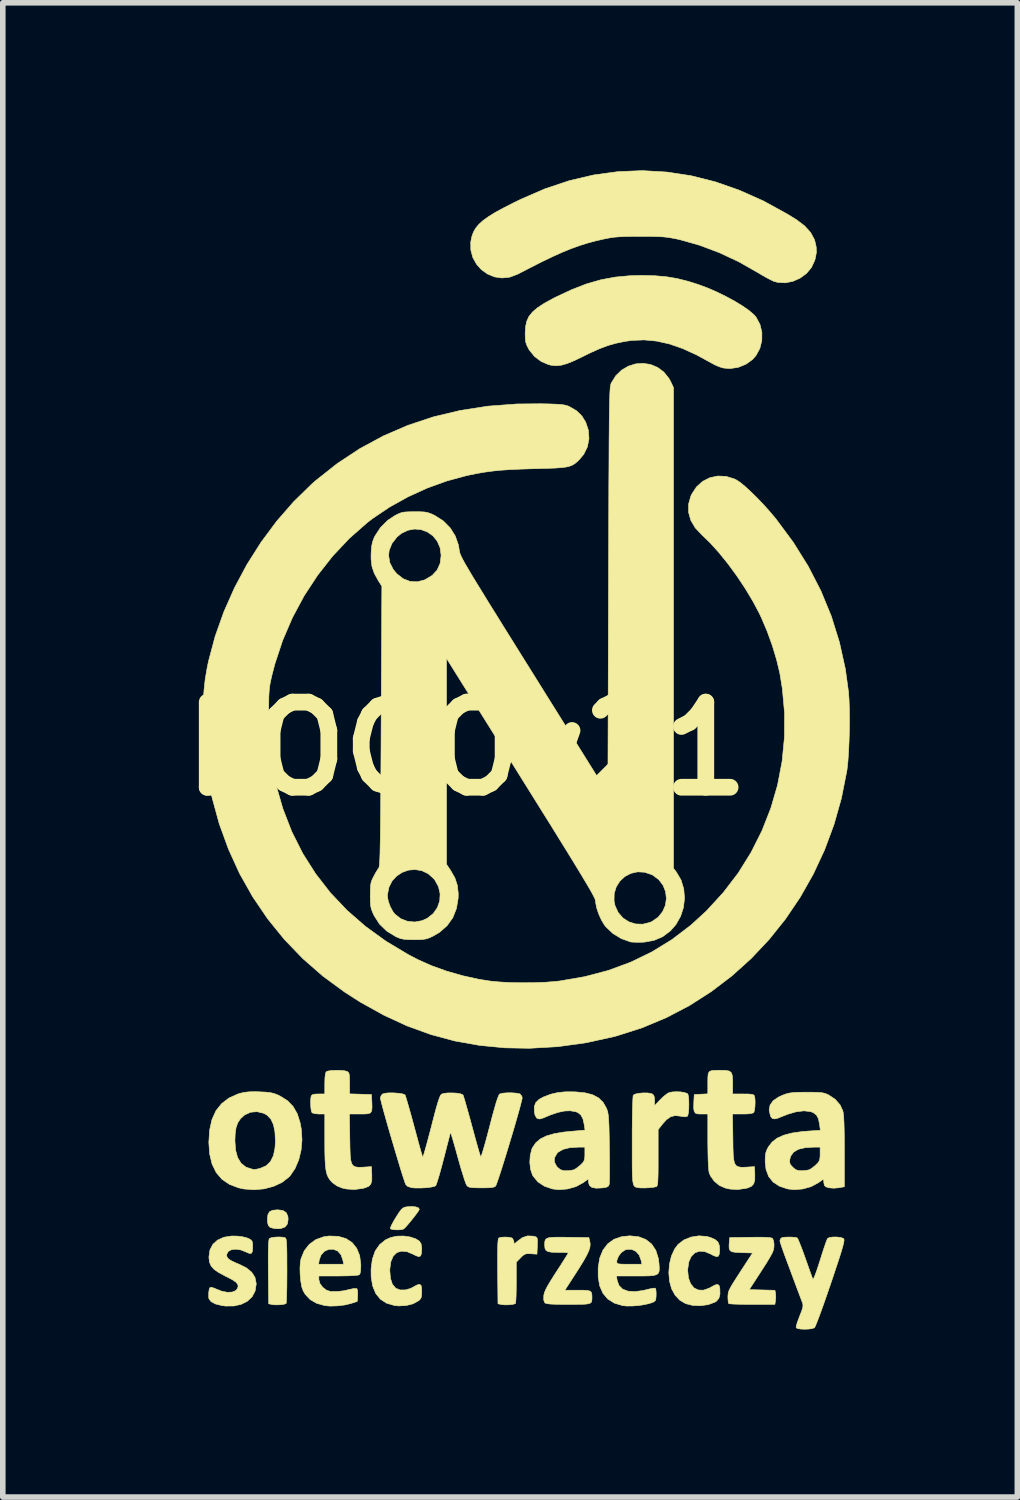
<source format=kicad_pcb>
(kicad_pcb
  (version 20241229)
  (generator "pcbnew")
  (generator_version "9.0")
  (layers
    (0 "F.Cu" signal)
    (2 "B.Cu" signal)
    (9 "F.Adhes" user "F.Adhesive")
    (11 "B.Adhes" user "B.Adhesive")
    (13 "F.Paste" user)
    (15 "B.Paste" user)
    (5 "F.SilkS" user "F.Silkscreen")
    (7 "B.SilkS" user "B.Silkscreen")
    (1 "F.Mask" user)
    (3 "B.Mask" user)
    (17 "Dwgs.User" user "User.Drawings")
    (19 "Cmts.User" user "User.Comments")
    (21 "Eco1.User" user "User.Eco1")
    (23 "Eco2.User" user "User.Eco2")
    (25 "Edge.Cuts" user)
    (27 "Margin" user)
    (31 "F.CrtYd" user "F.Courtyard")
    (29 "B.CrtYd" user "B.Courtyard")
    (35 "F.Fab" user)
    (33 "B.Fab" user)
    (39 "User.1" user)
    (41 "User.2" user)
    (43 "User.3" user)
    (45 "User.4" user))
  (footprint "LOGOv21"
    (layer "F.Cu")
    (at 5.305 10.356)
    (property "Reference" "LOGOv21" (at 0 0 0) (layer "F.SilkS") (effects (font (size 1.524 1.524) (thickness 0.3))))
    (attr through_hole)
    (fp_poly (pts (xy -3.29 8.267) (xy -3.231 8.305) (xy -3.201 8.371) (xy -3.196 8.424) (xy -3.209 8.508) (xy -3.251 8.562) (xy -3.324 8.59) (xy -3.383 8.594) (xy -3.452 8.588) (xy -3.51 8.572) (xy -3.525 8.564) (xy -3.552 8.532) (xy -3.564 8.481) (xy -3.567 8.424) (xy -3.558 8.341) (xy -3.529 8.289) (xy -3.473 8.263) (xy -3.383 8.255) (xy -3.383 8.255) (xy -3.29 8.267)) (stroke (width 0.01) (type solid)) (fill yes) (layer "F.SilkS"))
    (fp_poly (pts (xy -0.915 8.202) (xy -0.865 8.219) (xy -0.847 8.244) (xy -0.859 8.27) (xy -0.893 8.319) (xy -0.941 8.382) (xy -0.995 8.45) (xy -1.049 8.515) (xy -1.095 8.567) (xy -1.127 8.597) (xy -1.13 8.599) (xy -1.168 8.61) (xy -1.227 8.614) (xy -1.29 8.612) (xy -1.342 8.604) (xy -1.366 8.593) (xy -1.361 8.566) (xy -1.337 8.514) (xy -1.298 8.443) (xy -1.267 8.392) (xy -1.215 8.31) (xy -1.176 8.257) (xy -1.145 8.226) (xy -1.113 8.21) (xy -1.072 8.201) (xy -1.066 8.201) (xy -0.986 8.195) (xy -0.915 8.202)) (stroke (width 0.01) (type solid)) (fill yes) (layer "F.SilkS"))
    (fp_poly (pts (xy -3.297 8.745) (xy -3.251 8.755) (xy -3.241 8.763) (xy -3.233 8.781) (xy -3.227 8.815) (xy -3.223 8.869) (xy -3.22 8.947) (xy -3.218 9.054) (xy -3.218 9.194) (xy -3.217 9.346) (xy -3.218 9.498) (xy -3.219 9.636) (xy -3.222 9.754) (xy -3.225 9.847) (xy -3.229 9.909) (xy -3.233 9.934) (xy -3.233 9.934) (xy -3.276 9.947) (xy -3.342 9.955) (xy -3.415 9.957) (xy -3.475 9.953) (xy -3.482 9.951) (xy -3.545 9.937) (xy -3.551 9.369) (xy -3.552 9.177) (xy -3.552 9.025) (xy -3.549 8.91) (xy -3.545 8.831) (xy -3.538 8.785) (xy -3.533 8.771) (xy -3.499 8.755) (xy -3.438 8.745) (xy -3.366 8.741) (xy -3.297 8.745)) (stroke (width 0.01) (type solid)) (fill yes) (layer "F.SilkS"))
    (fp_poly (pts (xy 1.194 8.727) (xy 1.223 8.734) (xy 1.248 8.744) (xy 1.262 8.763) (xy 1.268 8.801) (xy 1.267 8.868) (xy 1.266 8.898) (xy 1.259 9.049) (xy 1.151 9.042) (xy 1.084 9.04) (xy 1.039 9.051) (xy 0.997 9.082) (xy 0.966 9.114) (xy 0.889 9.193) (xy 0.889 9.559) (xy 0.888 9.679) (xy 0.886 9.783) (xy 0.882 9.865) (xy 0.877 9.918) (xy 0.873 9.934) (xy 0.831 9.947) (xy 0.764 9.955) (xy 0.692 9.957) (xy 0.631 9.953) (xy 0.624 9.951) (xy 0.561 9.937) (xy 0.555 9.357) (xy 0.554 9.176) (xy 0.554 9.033) (xy 0.556 8.925) (xy 0.559 8.847) (xy 0.564 8.796) (xy 0.57 8.768) (xy 0.576 8.759) (xy 0.62 8.747) (xy 0.684 8.743) (xy 0.751 8.746) (xy 0.804 8.757) (xy 0.821 8.767) (xy 0.843 8.809) (xy 0.847 8.835) (xy 0.849 8.859) (xy 0.863 8.858) (xy 0.897 8.829) (xy 0.905 8.822) (xy 0.998 8.753) (xy 1.091 8.722) (xy 1.194 8.727)) (stroke (width 0.01) (type solid)) (fill yes) (layer "F.SilkS"))
    (fp_poly (pts (xy 4.299 8.732) (xy 4.367 8.751) (xy 4.451 8.789) (xy 4.501 8.834) (xy 4.525 8.896) (xy 4.53 8.968) (xy 4.524 9.046) (xy 4.505 9.087) (xy 4.466 9.092) (xy 4.403 9.066) (xy 4.376 9.05) (xy 4.266 9.004) (xy 4.168 8.996) (xy 4.086 9.026) (xy 4.021 9.09) (xy 3.978 9.187) (xy 3.959 9.314) (xy 3.958 9.345) (xy 3.972 9.477) (xy 4.011 9.58) (xy 4.07 9.653) (xy 4.148 9.691) (xy 4.24 9.694) (xy 4.343 9.658) (xy 4.371 9.642) (xy 4.445 9.602) (xy 4.493 9.591) (xy 4.52 9.61) (xy 4.533 9.657) (xy 4.536 9.763) (xy 4.517 9.838) (xy 4.473 9.891) (xy 4.442 9.91) (xy 4.324 9.953) (xy 4.185 9.972) (xy 4.049 9.967) (xy 3.921 9.935) (xy 3.816 9.873) (xy 3.733 9.784) (xy 3.67 9.67) (xy 3.632 9.533) (xy 3.62 9.382) (xy 3.631 9.229) (xy 3.666 9.084) (xy 3.724 8.957) (xy 3.786 8.874) (xy 3.891 8.794) (xy 4.019 8.743) (xy 4.159 8.721) (xy 4.299 8.732)) (stroke (width 0.01) (type solid)) (fill yes) (layer "F.SilkS"))
    (fp_poly (pts (xy 5.349 8.747) (xy 5.427 8.753) (xy 5.469 8.762) (xy 5.474 8.765) (xy 5.493 8.802) (xy 5.503 8.866) (xy 5.503 8.885) (xy 5.502 8.923) (xy 5.496 8.96) (xy 5.484 9) (xy 5.461 9.049) (xy 5.425 9.113) (xy 5.375 9.196) (xy 5.306 9.304) (xy 5.226 9.428) (xy 5.06 9.684) (xy 5.29 9.69) (xy 5.52 9.696) (xy 5.531 9.752) (xy 5.535 9.815) (xy 5.53 9.879) (xy 5.519 9.948) (xy 5.113 9.948) (xy 4.985 9.948) (xy 4.873 9.946) (xy 4.782 9.943) (xy 4.72 9.939) (xy 4.692 9.935) (xy 4.692 9.934) (xy 4.684 9.907) (xy 4.679 9.851) (xy 4.678 9.813) (xy 4.68 9.773) (xy 4.686 9.735) (xy 4.7 9.694) (xy 4.726 9.643) (xy 4.765 9.576) (xy 4.822 9.486) (xy 4.899 9.367) (xy 4.899 9.366) (xy 5.12 9.028) (xy 4.92 9.022) (xy 4.819 9.017) (xy 4.753 9.007) (xy 4.716 8.984) (xy 4.7 8.945) (xy 4.699 8.882) (xy 4.703 8.835) (xy 4.71 8.752) (xy 5.077 8.747) (xy 5.233 8.745) (xy 5.349 8.747)) (stroke (width 0.01) (type solid)) (fill yes) (layer "F.SilkS"))
    (fp_poly (pts (xy -1.013 8.741) (xy -0.91 8.775) (xy -0.845 8.817) (xy -0.816 8.863) (xy -0.805 8.935) (xy -0.805 8.951) (xy -0.809 9.035) (xy -0.825 9.081) (xy -0.858 9.093) (xy -0.913 9.074) (xy -0.95 9.054) (xy -1.066 9.005) (xy -1.167 8.995) (xy -1.251 9.022) (xy -1.315 9.085) (xy -1.357 9.183) (xy -1.375 9.313) (xy -1.376 9.344) (xy -1.364 9.483) (xy -1.33 9.587) (xy -1.272 9.656) (xy -1.268 9.66) (xy -1.191 9.69) (xy -1.098 9.69) (xy -1.003 9.663) (xy -0.963 9.642) (xy -0.889 9.601) (xy -0.842 9.589) (xy -0.816 9.609) (xy -0.806 9.663) (xy -0.804 9.714) (xy -0.807 9.788) (xy -0.817 9.834) (xy -0.84 9.866) (xy -0.859 9.882) (xy -0.958 9.937) (xy -1.083 9.969) (xy -1.22 9.976) (xy -1.293 9.968) (xy -1.432 9.928) (xy -1.544 9.856) (xy -1.628 9.752) (xy -1.683 9.618) (xy -1.71 9.455) (xy -1.711 9.315) (xy -1.688 9.138) (xy -1.637 8.992) (xy -1.558 8.878) (xy -1.451 8.792) (xy -1.36 8.751) (xy -1.251 8.727) (xy -1.131 8.724) (xy -1.013 8.741)) (stroke (width 0.01) (type solid)) (fill yes) (layer "F.SilkS"))
    (fp_poly (pts (xy 1.749 8.746) (xy 1.819 8.747) (xy 2.188 8.752) (xy 2.204 8.815) (xy 2.212 8.866) (xy 2.208 8.921) (xy 2.188 8.986) (xy 2.151 9.066) (xy 2.095 9.167) (xy 2.017 9.294) (xy 1.972 9.364) (xy 1.759 9.694) (xy 1.988 9.694) (xy 2.096 9.695) (xy 2.168 9.7) (xy 2.212 9.712) (xy 2.234 9.736) (xy 2.242 9.773) (xy 2.244 9.821) (xy 2.243 9.864) (xy 2.238 9.897) (xy 2.224 9.919) (xy 2.194 9.934) (xy 2.143 9.943) (xy 2.066 9.947) (xy 1.957 9.948) (xy 1.821 9.948) (xy 1.677 9.948) (xy 1.57 9.946) (xy 1.494 9.942) (xy 1.444 9.936) (xy 1.413 9.928) (xy 1.397 9.917) (xy 1.397 9.916) (xy 1.38 9.869) (xy 1.381 9.793) (xy 1.381 9.79) (xy 1.39 9.746) (xy 1.411 9.693) (xy 1.445 9.626) (xy 1.497 9.538) (xy 1.569 9.423) (xy 1.606 9.366) (xy 1.674 9.262) (xy 1.732 9.17) (xy 1.779 9.096) (xy 1.809 9.047) (xy 1.82 9.027) (xy 1.801 9.023) (xy 1.748 9.019) (xy 1.672 9.017) (xy 1.631 9.017) (xy 1.528 9.015) (xy 1.461 9.004) (xy 1.421 8.982) (xy 1.402 8.943) (xy 1.397 8.883) (xy 1.397 8.874) (xy 1.399 8.829) (xy 1.408 8.795) (xy 1.429 8.771) (xy 1.468 8.756) (xy 1.531 8.748) (xy 1.623 8.745) (xy 1.749 8.746)) (stroke (width 0.01) (type solid)) (fill yes) (layer "F.SilkS"))
    (fp_poly (pts (xy -2.299 8.73) (xy -2.161 8.77) (xy -2.05 8.842) (xy -1.968 8.945) (xy -1.915 9.076) (xy -1.895 9.235) (xy -1.895 9.256) (xy -1.898 9.343) (xy -1.908 9.395) (xy -1.926 9.42) (xy -1.957 9.426) (xy -2.023 9.432) (xy -2.115 9.437) (xy -2.226 9.439) (xy -2.302 9.44) (xy -2.646 9.44) (xy -2.646 9.506) (xy -2.627 9.575) (xy -2.579 9.641) (xy -2.513 9.692) (xy -2.441 9.717) (xy -2.431 9.718) (xy -2.303 9.717) (xy -2.195 9.704) (xy -2.098 9.681) (xy -2.023 9.665) (xy -1.975 9.664) (xy -1.964 9.669) (xy -1.954 9.7) (xy -1.95 9.757) (xy -1.951 9.792) (xy -1.958 9.895) (xy -2.064 9.93) (xy -2.183 9.959) (xy -2.317 9.975) (xy -2.448 9.979) (xy -2.54 9.97) (xy -2.686 9.929) (xy -2.801 9.863) (xy -2.889 9.769) (xy -2.926 9.708) (xy -2.952 9.634) (xy -2.97 9.532) (xy -2.981 9.415) (xy -2.984 9.297) (xy -2.979 9.229) (xy -2.651 9.229) (xy -2.202 9.229) (xy -2.215 9.16) (xy -2.249 9.061) (xy -2.308 8.993) (xy -2.387 8.961) (xy -2.468 8.963) (xy -2.547 8.998) (xy -2.607 9.065) (xy -2.639 9.152) (xy -2.651 9.229) (xy -2.979 9.229) (xy -2.977 9.191) (xy -2.965 9.13) (xy -2.907 8.988) (xy -2.818 8.874) (xy -2.701 8.789) (xy -2.561 8.738) (xy -2.462 8.724) (xy -2.299 8.73)) (stroke (width 0.01) (type solid)) (fill yes) (layer "F.SilkS"))
    (fp_poly (pts (xy 3.373 -8.469) (xy 3.576 -8.451) (xy 3.768 -8.419) (xy 3.963 -8.37) (xy 4.138 -8.315) (xy 4.304 -8.254) (xy 4.473 -8.181) (xy 4.639 -8.1) (xy 4.795 -8.016) (xy 4.935 -7.931) (xy 5.053 -7.849) (xy 5.141 -7.774) (xy 5.182 -7.728) (xy 5.252 -7.597) (xy 5.286 -7.455) (xy 5.285 -7.309) (xy 5.25 -7.168) (xy 5.181 -7.041) (xy 5.119 -6.97) (xy 5.001 -6.885) (xy 4.863 -6.829) (xy 4.716 -6.807) (xy 4.596 -6.817) (xy 4.524 -6.839) (xy 4.441 -6.875) (xy 4.395 -6.9) (xy 4.122 -7.049) (xy 3.869 -7.165) (xy 3.63 -7.248) (xy 3.401 -7.299) (xy 3.179 -7.32) (xy 2.958 -7.311) (xy 2.827 -7.292) (xy 2.674 -7.26) (xy 2.528 -7.219) (xy 2.38 -7.163) (xy 2.216 -7.09) (xy 2.074 -7.02) (xy 1.925 -6.948) (xy 1.802 -6.898) (xy 1.699 -6.868) (xy 1.609 -6.858) (xy 1.522 -6.865) (xy 1.468 -6.877) (xy 1.335 -6.934) (xy 1.216 -7.023) (xy 1.124 -7.136) (xy 1.113 -7.154) (xy 1.079 -7.22) (xy 1.059 -7.277) (xy 1.05 -7.341) (xy 1.048 -7.43) (xy 1.048 -7.44) (xy 1.055 -7.555) (xy 1.076 -7.654) (xy 1.116 -7.741) (xy 1.18 -7.82) (xy 1.27 -7.897) (xy 1.391 -7.976) (xy 1.548 -8.062) (xy 1.605 -8.091) (xy 1.886 -8.222) (xy 2.149 -8.324) (xy 2.404 -8.397) (xy 2.661 -8.445) (xy 2.929 -8.47) (xy 3.143 -8.475) (xy 3.373 -8.469)) (stroke (width 0.01) (type solid)) (fill yes) (layer "F.SilkS"))
    (fp_poly (pts (xy -4.106 8.726) (xy -4.022 8.736) (xy -3.944 8.754) (xy -3.9 8.771) (xy -3.86 8.795) (xy -3.84 8.822) (xy -3.832 8.867) (xy -3.831 8.922) (xy -3.835 8.996) (xy -3.852 9.033) (xy -3.889 9.036) (xy -3.95 9.011) (xy -3.957 9.007) (xy -4.049 8.972) (xy -4.137 8.96) (xy -4.213 8.97) (xy -4.269 9.001) (xy -4.295 9.051) (xy -4.297 9.068) (xy -4.289 9.104) (xy -4.261 9.137) (xy -4.207 9.171) (xy -4.121 9.211) (xy -4.077 9.228) (xy -3.943 9.295) (xy -3.848 9.373) (xy -3.79 9.464) (xy -3.768 9.571) (xy -3.768 9.588) (xy -3.787 9.708) (xy -3.84 9.81) (xy -3.925 9.891) (xy -4.036 9.947) (xy -4.168 9.977) (xy -4.318 9.978) (xy -4.384 9.969) (xy -4.499 9.94) (xy -4.576 9.899) (xy -4.614 9.847) (xy -4.618 9.826) (xy -4.618 9.738) (xy -4.608 9.673) (xy -4.594 9.645) (xy -4.567 9.643) (xy -4.517 9.659) (xy -4.495 9.669) (xy -4.387 9.712) (xy -4.286 9.732) (xy -4.199 9.728) (xy -4.134 9.702) (xy -4.103 9.664) (xy -4.091 9.622) (xy -4.101 9.585) (xy -4.135 9.547) (xy -4.2 9.504) (xy -4.299 9.452) (xy -4.321 9.442) (xy -4.44 9.378) (xy -4.523 9.32) (xy -4.576 9.259) (xy -4.605 9.19) (xy -4.614 9.107) (xy -4.614 9.097) (xy -4.596 8.974) (xy -4.544 8.873) (xy -4.459 8.797) (xy -4.346 8.746) (xy -4.206 8.724) (xy -4.106 8.726)) (stroke (width 0.01) (type solid)) (fill yes) (layer "F.SilkS"))
    (fp_poly (pts (xy 3.833 6.144) (xy 3.903 6.156) (xy 3.95 6.173) (xy 3.96 6.182) (xy 3.971 6.221) (xy 3.977 6.287) (xy 3.979 6.367) (xy 3.977 6.449) (xy 3.97 6.52) (xy 3.96 6.567) (xy 3.953 6.579) (xy 3.914 6.59) (xy 3.844 6.582) (xy 3.827 6.578) (xy 3.734 6.568) (xy 3.653 6.588) (xy 3.578 6.641) (xy 3.511 6.715) (xy 3.429 6.819) (xy 3.429 7.323) (xy 3.429 7.484) (xy 3.428 7.608) (xy 3.425 7.699) (xy 3.422 7.762) (xy 3.416 7.803) (xy 3.409 7.827) (xy 3.399 7.838) (xy 3.395 7.84) (xy 3.344 7.852) (xy 3.267 7.86) (xy 3.182 7.864) (xy 3.108 7.863) (xy 3.08 7.859) (xy 3.05 7.855) (xy 3.026 7.848) (xy 3.007 7.836) (xy 2.992 7.814) (xy 2.981 7.779) (xy 2.973 7.725) (xy 2.968 7.65) (xy 2.965 7.55) (xy 2.964 7.419) (xy 2.964 7.255) (xy 2.964 7.053) (xy 2.964 7.019) (xy 2.964 6.836) (xy 2.966 6.667) (xy 2.968 6.518) (xy 2.971 6.392) (xy 2.975 6.294) (xy 2.979 6.23) (xy 2.983 6.203) (xy 3.016 6.184) (xy 3.076 6.17) (xy 3.151 6.163) (xy 3.228 6.162) (xy 3.292 6.17) (xy 3.32 6.179) (xy 3.35 6.205) (xy 3.363 6.25) (xy 3.365 6.297) (xy 3.365 6.391) (xy 3.462 6.288) (xy 3.522 6.23) (xy 3.581 6.182) (xy 3.62 6.159) (xy 3.679 6.145) (xy 3.754 6.141) (xy 3.833 6.144)) (stroke (width 0.01) (type solid)) (fill yes) (layer "F.SilkS"))
    (fp_poly (pts (xy -3.702 6.143) (xy -3.595 6.148) (xy -3.516 6.157) (xy -3.454 6.171) (xy -3.393 6.193) (xy -3.337 6.22) (xy -3.208 6.301) (xy -3.107 6.405) (xy -3.032 6.536) (xy -2.981 6.698) (xy -2.96 6.814) (xy -2.948 7.001) (xy -2.964 7.186) (xy -3.006 7.36) (xy -3.072 7.515) (xy -3.158 7.642) (xy -3.184 7.67) (xy -3.307 7.765) (xy -3.457 7.835) (xy -3.627 7.88) (xy -3.807 7.896) (xy -3.989 7.882) (xy -4.085 7.861) (xy -4.248 7.799) (xy -4.381 7.708) (xy -4.485 7.586) (xy -4.558 7.435) (xy -4.602 7.253) (xy -4.616 7.047) (xy -4.614 7.018) (xy -4.149 7.018) (xy -4.137 7.187) (xy -4.1 7.321) (xy -4.038 7.422) (xy -3.951 7.491) (xy -3.837 7.528) (xy -3.799 7.533) (xy -3.767 7.529) (xy -3.712 7.517) (xy -3.694 7.512) (xy -3.589 7.466) (xy -3.512 7.391) (xy -3.459 7.285) (xy -3.431 7.146) (xy -3.424 7.031) (xy -3.432 6.864) (xy -3.458 6.732) (xy -3.504 6.633) (xy -3.571 6.562) (xy -3.633 6.527) (xy -3.753 6.498) (xy -3.87 6.508) (xy -3.976 6.557) (xy -4.05 6.625) (xy -4.097 6.696) (xy -4.128 6.782) (xy -4.144 6.892) (xy -4.149 7.018) (xy -4.614 7.018) (xy -4.602 6.828) (xy -4.56 6.64) (xy -4.489 6.482) (xy -4.387 6.354) (xy -4.256 6.254) (xy -4.095 6.181) (xy -4.055 6.169) (xy -3.975 6.151) (xy -3.888 6.142) (xy -3.78 6.14) (xy -3.702 6.143)) (stroke (width 0.01) (type solid)) (fill yes) (layer "F.SilkS"))
    (fp_poly (pts (xy 3.079 8.737) (xy 3.209 8.787) (xy 3.312 8.868) (xy 3.387 8.981) (xy 3.432 9.124) (xy 3.444 9.217) (xy 3.449 9.292) (xy 3.447 9.349) (xy 3.434 9.388) (xy 3.403 9.415) (xy 3.35 9.43) (xy 3.27 9.438) (xy 3.156 9.44) (xy 3.033 9.44) (xy 2.683 9.44) (xy 2.695 9.52) (xy 2.728 9.611) (xy 2.792 9.675) (xy 2.887 9.711) (xy 3.01 9.72) (xy 3.161 9.7) (xy 3.244 9.679) (xy 3.311 9.664) (xy 3.361 9.657) (xy 3.38 9.66) (xy 3.389 9.69) (xy 3.393 9.744) (xy 3.392 9.807) (xy 3.386 9.859) (xy 3.379 9.881) (xy 3.342 9.908) (xy 3.273 9.932) (xy 3.181 9.953) (xy 3.076 9.969) (xy 2.969 9.977) (xy 2.868 9.978) (xy 2.792 9.97) (xy 2.645 9.926) (xy 2.527 9.852) (xy 2.44 9.749) (xy 2.382 9.616) (xy 2.355 9.453) (xy 2.355 9.29) (xy 2.373 9.181) (xy 2.688 9.181) (xy 2.69 9.202) (xy 2.7 9.216) (xy 2.727 9.224) (xy 2.777 9.228) (xy 2.858 9.229) (xy 2.913 9.229) (xy 3.138 9.229) (xy 3.124 9.16) (xy 3.089 9.066) (xy 3.031 8.999) (xy 2.955 8.964) (xy 2.87 8.964) (xy 2.835 8.975) (xy 2.77 9.02) (xy 2.718 9.087) (xy 2.69 9.16) (xy 2.688 9.181) (xy 2.373 9.181) (xy 2.383 9.118) (xy 2.441 8.976) (xy 2.527 8.863) (xy 2.64 8.782) (xy 2.779 8.735) (xy 2.922 8.721) (xy 3.079 8.737)) (stroke (width 0.01) (type solid)) (fill yes) (layer "F.SilkS"))
    (fp_poly (pts (xy 4.633 5.759) (xy 4.699 5.77) (xy 4.737 5.797) (xy 4.756 5.847) (xy 4.762 5.928) (xy 4.763 5.991) (xy 4.763 6.181) (xy 4.951 6.181) (xy 5.045 6.182) (xy 5.104 6.187) (xy 5.137 6.197) (xy 5.152 6.214) (xy 5.152 6.214) (xy 5.162 6.263) (xy 5.165 6.332) (xy 5.162 6.407) (xy 5.154 6.471) (xy 5.142 6.511) (xy 5.139 6.515) (xy 5.103 6.529) (xy 5.032 6.538) (xy 4.937 6.54) (xy 4.76 6.54) (xy 4.767 6.974) (xy 4.769 7.138) (xy 4.773 7.264) (xy 4.782 7.357) (xy 4.797 7.422) (xy 4.824 7.463) (xy 4.863 7.485) (xy 4.919 7.494) (xy 4.994 7.492) (xy 5.091 7.486) (xy 5.154 7.482) (xy 5.16 7.617) (xy 5.159 7.719) (xy 5.14 7.789) (xy 5.098 7.835) (xy 5.029 7.864) (xy 4.995 7.872) (xy 4.851 7.892) (xy 4.716 7.884) (xy 4.626 7.864) (xy 4.522 7.817) (xy 4.431 7.74) (xy 4.364 7.645) (xy 4.341 7.586) (xy 4.334 7.538) (xy 4.328 7.455) (xy 4.323 7.342) (xy 4.32 7.206) (xy 4.318 7.053) (xy 4.318 7.022) (xy 4.318 6.54) (xy 4.202 6.54) (xy 4.138 6.538) (xy 4.096 6.524) (xy 4.074 6.492) (xy 4.065 6.435) (xy 4.067 6.345) (xy 4.068 6.317) (xy 4.075 6.191) (xy 4.196 6.185) (xy 4.318 6.179) (xy 4.318 5.981) (xy 4.319 5.882) (xy 4.325 5.817) (xy 4.346 5.78) (xy 4.386 5.763) (xy 4.455 5.758) (xy 4.533 5.757) (xy 4.633 5.759)) (stroke (width 0.01) (type solid)) (fill yes) (layer "F.SilkS"))
    (fp_poly (pts (xy -2.256 5.759) (xy -2.185 5.766) (xy -2.138 5.778) (xy -2.136 5.779) (xy -2.117 5.795) (xy -2.104 5.822) (xy -2.098 5.869) (xy -2.096 5.946) (xy -2.095 5.99) (xy -2.095 6.179) (xy -1.9 6.185) (xy -1.704 6.191) (xy -1.697 6.317) (xy -1.694 6.416) (xy -1.699 6.481) (xy -1.72 6.518) (xy -1.765 6.535) (xy -1.84 6.54) (xy -1.907 6.54) (xy -2.099 6.54) (xy -2.092 6.974) (xy -2.089 7.138) (xy -2.085 7.264) (xy -2.077 7.357) (xy -2.061 7.422) (xy -2.034 7.463) (xy -1.995 7.485) (xy -1.939 7.494) (xy -1.864 7.492) (xy -1.767 7.486) (xy -1.704 7.482) (xy -1.698 7.628) (xy -1.698 7.726) (xy -1.715 7.792) (xy -1.753 7.834) (xy -1.819 7.861) (xy -1.866 7.873) (xy -2.014 7.892) (xy -2.153 7.882) (xy -2.229 7.865) (xy -2.321 7.827) (xy -2.401 7.77) (xy -2.403 7.768) (xy -2.443 7.725) (xy -2.475 7.679) (xy -2.499 7.626) (xy -2.516 7.56) (xy -2.528 7.474) (xy -2.535 7.363) (xy -2.539 7.222) (xy -2.54 7.045) (xy -2.54 7.024) (xy -2.54 6.54) (xy -2.642 6.54) (xy -2.707 6.535) (xy -2.756 6.523) (xy -2.769 6.515) (xy -2.782 6.481) (xy -2.79 6.42) (xy -2.794 6.347) (xy -2.792 6.275) (xy -2.784 6.221) (xy -2.781 6.214) (xy -2.76 6.193) (xy -2.711 6.183) (xy -2.654 6.181) (xy -2.54 6.181) (xy -2.54 5.994) (xy -2.537 5.891) (xy -2.528 5.819) (xy -2.515 5.783) (xy -2.515 5.783) (xy -2.48 5.77) (xy -2.417 5.761) (xy -2.338 5.758) (xy -2.256 5.759)) (stroke (width 0.01) (type solid)) (fill yes) (layer "F.SilkS"))
    (fp_poly (pts (xy 6.697 8.75) (xy 6.744 8.767) (xy 6.752 8.774) (xy 6.757 8.788) (xy 6.756 8.815) (xy 6.748 8.859) (xy 6.731 8.922) (xy 6.706 9.009) (xy 6.67 9.123) (xy 6.622 9.268) (xy 6.563 9.446) (xy 6.52 9.573) (xy 6.461 9.745) (xy 6.405 9.906) (xy 6.354 10.049) (xy 6.309 10.171) (xy 6.272 10.268) (xy 6.245 10.334) (xy 6.229 10.365) (xy 6.228 10.366) (xy 6.188 10.381) (xy 6.126 10.39) (xy 6.052 10.393) (xy 5.982 10.39) (xy 5.926 10.381) (xy 5.9 10.366) (xy 5.9 10.365) (xy 5.902 10.335) (xy 5.919 10.276) (xy 5.947 10.199) (xy 5.962 10.159) (xy 5.997 10.071) (xy 6.017 10.01) (xy 6.022 9.967) (xy 6.017 9.932) (xy 6.012 9.917) (xy 5.921 9.677) (xy 5.845 9.473) (xy 5.782 9.303) (xy 5.73 9.164) (xy 5.689 9.053) (xy 5.658 8.966) (xy 5.636 8.902) (xy 5.621 8.856) (xy 5.612 8.826) (xy 5.609 8.809) (xy 5.609 8.807) (xy 5.625 8.768) (xy 5.643 8.755) (xy 5.687 8.746) (xy 5.753 8.743) (xy 5.824 8.744) (xy 5.885 8.749) (xy 5.918 8.758) (xy 5.933 8.782) (xy 5.958 8.84) (xy 5.991 8.924) (xy 6.03 9.027) (xy 6.064 9.123) (xy 6.105 9.238) (xy 6.141 9.341) (xy 6.171 9.423) (xy 6.192 9.479) (xy 6.2 9.499) (xy 6.211 9.488) (xy 6.231 9.443) (xy 6.259 9.369) (xy 6.292 9.271) (xy 6.328 9.16) (xy 6.365 9.041) (xy 6.4 8.935) (xy 6.429 8.85) (xy 6.451 8.792) (xy 6.462 8.768) (xy 6.497 8.751) (xy 6.558 8.742) (xy 6.63 8.742) (xy 6.697 8.75)) (stroke (width 0.01) (type solid)) (fill yes) (layer "F.SilkS"))
    (fp_poly (pts (xy 3.582 -10.326) (xy 4.017 -10.26) (xy 4.451 -10.151) (xy 4.883 -10) (xy 5.314 -9.808) (xy 5.742 -9.573) (xy 5.907 -9.471) (xy 6.051 -9.362) (xy 6.158 -9.244) (xy 6.225 -9.12) (xy 6.234 -9.093) (xy 6.259 -8.983) (xy 6.262 -8.885) (xy 6.242 -8.777) (xy 6.232 -8.743) (xy 6.174 -8.617) (xy 6.084 -8.51) (xy 5.97 -8.426) (xy 5.841 -8.369) (xy 5.703 -8.342) (xy 5.565 -8.351) (xy 5.5 -8.369) (xy 5.451 -8.392) (xy 5.376 -8.431) (xy 5.288 -8.481) (xy 5.214 -8.525) (xy 4.875 -8.718) (xy 4.524 -8.882) (xy 4.171 -9.015) (xy 3.825 -9.113) (xy 3.768 -9.126) (xy 3.682 -9.143) (xy 3.603 -9.156) (xy 3.52 -9.165) (xy 3.424 -9.17) (xy 3.307 -9.173) (xy 3.159 -9.174) (xy 3.111 -9.174) (xy 2.953 -9.173) (xy 2.828 -9.171) (xy 2.728 -9.166) (xy 2.642 -9.159) (xy 2.562 -9.147) (xy 2.479 -9.131) (xy 2.455 -9.126) (xy 2.302 -9.091) (xy 2.157 -9.051) (xy 2.013 -9.006) (xy 1.865 -8.952) (xy 1.708 -8.888) (xy 1.536 -8.81) (xy 1.344 -8.718) (xy 1.126 -8.607) (xy 0.909 -8.495) (xy 0.77 -8.443) (xy 0.631 -8.429) (xy 0.497 -8.449) (xy 0.374 -8.5) (xy 0.265 -8.577) (xy 0.176 -8.677) (xy 0.111 -8.795) (xy 0.075 -8.928) (xy 0.073 -9.071) (xy 0.094 -9.174) (xy 0.122 -9.251) (xy 0.162 -9.321) (xy 0.218 -9.389) (xy 0.293 -9.457) (xy 0.392 -9.528) (xy 0.516 -9.605) (xy 0.672 -9.689) (xy 0.861 -9.785) (xy 0.977 -9.841) (xy 1.408 -10.028) (xy 1.841 -10.172) (xy 2.276 -10.274) (xy 2.711 -10.333) (xy 3.146 -10.351) (xy 3.582 -10.326)) (stroke (width 0.01) (type solid)) (fill yes) (layer "F.SilkS"))
    (fp_poly (pts (xy 6.206 6.15) (xy 6.294 6.153) (xy 6.358 6.158) (xy 6.406 6.168) (xy 6.449 6.183) (xy 6.482 6.199) (xy 6.599 6.277) (xy 6.687 6.378) (xy 6.735 6.482) (xy 6.744 6.526) (xy 6.751 6.596) (xy 6.756 6.695) (xy 6.76 6.827) (xy 6.762 6.994) (xy 6.763 7.2) (xy 6.763 7.207) (xy 6.763 7.842) (xy 6.663 7.86) (xy 6.576 7.868) (xy 6.494 7.862) (xy 6.483 7.86) (xy 6.429 7.842) (xy 6.405 7.816) (xy 6.396 7.772) (xy 6.39 7.704) (xy 6.299 7.769) (xy 6.168 7.84) (xy 6.017 7.882) (xy 5.861 7.895) (xy 5.747 7.881) (xy 5.6 7.832) (xy 5.487 7.758) (xy 5.407 7.658) (xy 5.36 7.531) (xy 5.347 7.406) (xy 5.782 7.406) (xy 5.799 7.448) (xy 5.838 7.492) (xy 5.889 7.535) (xy 5.943 7.553) (xy 6.001 7.556) (xy 6.071 7.551) (xy 6.13 7.539) (xy 6.145 7.533) (xy 6.19 7.503) (xy 6.244 7.459) (xy 6.26 7.444) (xy 6.3 7.402) (xy 6.32 7.362) (xy 6.328 7.307) (xy 6.329 7.256) (xy 6.329 7.133) (xy 6.213 7.133) (xy 6.058 7.143) (xy 5.938 7.172) (xy 5.853 7.223) (xy 5.802 7.294) (xy 5.786 7.351) (xy 5.782 7.406) (xy 5.347 7.406) (xy 5.345 7.387) (xy 5.347 7.297) (xy 5.357 7.232) (xy 5.378 7.175) (xy 5.403 7.128) (xy 5.47 7.041) (xy 5.56 6.972) (xy 5.677 6.919) (xy 5.825 6.88) (xy 6.008 6.854) (xy 6.108 6.846) (xy 6.333 6.831) (xy 6.319 6.723) (xy 6.298 6.623) (xy 6.262 6.557) (xy 6.205 6.514) (xy 6.154 6.496) (xy 6.04 6.483) (xy 5.903 6.499) (xy 5.751 6.543) (xy 5.662 6.578) (xy 5.573 6.614) (xy 5.513 6.628) (xy 5.474 6.62) (xy 5.448 6.59) (xy 5.438 6.568) (xy 5.416 6.467) (xy 5.433 6.379) (xy 5.488 6.302) (xy 5.585 6.236) (xy 5.662 6.201) (xy 5.719 6.18) (xy 5.773 6.166) (xy 5.835 6.157) (xy 5.914 6.152) (xy 6.02 6.15) (xy 6.085 6.15) (xy 6.206 6.15)) (stroke (width 0.01) (type solid)) (fill yes) (layer "F.SilkS"))
    (fp_poly (pts (xy 1.938 6.143) (xy 1.946 6.143) (xy 2.118 6.16) (xy 2.256 6.195) (xy 2.363 6.252) (xy 2.444 6.332) (xy 2.504 6.438) (xy 2.511 6.456) (xy 2.523 6.491) (xy 2.532 6.534) (xy 2.539 6.591) (xy 2.544 6.667) (xy 2.549 6.767) (xy 2.552 6.896) (xy 2.555 7.06) (xy 2.556 7.151) (xy 2.558 7.309) (xy 2.559 7.454) (xy 2.559 7.582) (xy 2.558 7.686) (xy 2.556 7.76) (xy 2.553 7.799) (xy 2.552 7.801) (xy 2.538 7.831) (xy 2.507 7.849) (xy 2.448 7.86) (xy 2.429 7.863) (xy 2.318 7.868) (xy 2.243 7.854) (xy 2.199 7.819) (xy 2.184 7.772) (xy 2.177 7.704) (xy 2.087 7.769) (xy 1.956 7.84) (xy 1.805 7.882) (xy 1.649 7.895) (xy 1.535 7.881) (xy 1.392 7.832) (xy 1.276 7.755) (xy 1.191 7.653) (xy 1.18 7.635) (xy 1.145 7.533) (xy 1.131 7.411) (xy 1.131 7.399) (xy 1.571 7.399) (xy 1.61 7.474) (xy 1.628 7.495) (xy 1.679 7.536) (xy 1.734 7.554) (xy 1.788 7.556) (xy 1.859 7.551) (xy 1.918 7.539) (xy 1.933 7.533) (xy 1.977 7.503) (xy 2.032 7.459) (xy 2.048 7.444) (xy 2.088 7.402) (xy 2.108 7.362) (xy 2.116 7.307) (xy 2.117 7.256) (xy 2.117 7.133) (xy 2.001 7.133) (xy 1.846 7.143) (xy 1.725 7.173) (xy 1.64 7.222) (xy 1.62 7.242) (xy 1.574 7.321) (xy 1.571 7.399) (xy 1.131 7.399) (xy 1.138 7.285) (xy 1.165 7.174) (xy 1.181 7.138) (xy 1.24 7.053) (xy 1.321 6.985) (xy 1.429 6.932) (xy 1.567 6.892) (xy 1.739 6.863) (xy 1.849 6.852) (xy 2.12 6.828) (xy 2.106 6.732) (xy 2.082 6.626) (xy 2.044 6.556) (xy 1.989 6.512) (xy 1.953 6.499) (xy 1.856 6.482) (xy 1.752 6.486) (xy 1.634 6.511) (xy 1.494 6.559) (xy 1.373 6.61) (xy 1.304 6.63) (xy 1.256 6.614) (xy 1.225 6.562) (xy 1.213 6.503) (xy 1.211 6.407) (xy 1.238 6.335) (xy 1.298 6.277) (xy 1.373 6.236) (xy 1.503 6.186) (xy 1.631 6.156) (xy 1.771 6.142) (xy 1.938 6.143)) (stroke (width 0.01) (type solid)) (fill yes) (layer "F.SilkS"))
    (fp_poly (pts (xy 0.877 6.165) (xy 0.937 6.175) (xy 0.954 6.181) (xy 0.987 6.219) (xy 0.995 6.25) (xy 0.988 6.286) (xy 0.971 6.355) (xy 0.945 6.453) (xy 0.911 6.573) (xy 0.872 6.711) (xy 0.828 6.861) (xy 0.781 7.017) (xy 0.734 7.173) (xy 0.687 7.326) (xy 0.643 7.467) (xy 0.603 7.593) (xy 0.568 7.698) (xy 0.541 7.776) (xy 0.523 7.822) (xy 0.518 7.831) (xy 0.492 7.846) (xy 0.448 7.856) (xy 0.376 7.861) (xy 0.271 7.862) (xy 0.261 7.862) (xy 0.159 7.861) (xy 0.091 7.857) (xy 0.047 7.849) (xy 0.02 7.836) (xy 0.003 7.819) (xy -0.013 7.786) (xy -0.037 7.72) (xy -0.067 7.625) (xy -0.103 7.509) (xy -0.14 7.378) (xy -0.158 7.314) (xy -0.194 7.183) (xy -0.227 7.068) (xy -0.254 6.974) (xy -0.275 6.908) (xy -0.287 6.874) (xy -0.29 6.871) (xy -0.297 6.896) (xy -0.312 6.956) (xy -0.335 7.045) (xy -0.364 7.156) (xy -0.396 7.284) (xy -0.412 7.343) (xy -0.447 7.477) (xy -0.48 7.598) (xy -0.51 7.699) (xy -0.534 7.774) (xy -0.551 7.818) (xy -0.555 7.825) (xy -0.59 7.839) (xy -0.656 7.852) (xy -0.742 7.861) (xy -0.835 7.865) (xy -0.925 7.864) (xy -0.979 7.86) (xy -1.054 7.837) (xy -1.089 7.804) (xy -1.102 7.773) (xy -1.124 7.707) (xy -1.155 7.612) (xy -1.192 7.493) (xy -1.233 7.356) (xy -1.278 7.206) (xy -1.324 7.05) (xy -1.37 6.894) (xy -1.414 6.742) (xy -1.454 6.6) (xy -1.489 6.475) (xy -1.517 6.371) (xy -1.536 6.295) (xy -1.545 6.253) (xy -1.545 6.248) (xy -1.528 6.204) (xy -1.5 6.179) (xy -1.455 6.167) (xy -1.385 6.161) (xy -1.303 6.162) (xy -1.222 6.168) (xy -1.153 6.178) (xy -1.11 6.193) (xy -1.102 6.2) (xy -1.092 6.227) (xy -1.073 6.29) (xy -1.046 6.382) (xy -1.013 6.498) (xy -0.976 6.632) (xy -0.941 6.76) (xy -0.902 6.904) (xy -0.867 7.035) (xy -0.836 7.147) (xy -0.811 7.234) (xy -0.794 7.291) (xy -0.787 7.312) (xy -0.779 7.298) (xy -0.763 7.247) (xy -0.739 7.166) (xy -0.709 7.058) (xy -0.675 6.93) (xy -0.637 6.786) (xy -0.634 6.774) (xy -0.587 6.592) (xy -0.549 6.448) (xy -0.517 6.338) (xy -0.491 6.261) (xy -0.471 6.211) (xy -0.454 6.187) (xy -0.453 6.186) (xy -0.411 6.171) (xy -0.343 6.163) (xy -0.263 6.162) (xy -0.182 6.166) (xy -0.114 6.177) (xy -0.071 6.193) (xy -0.065 6.2) (xy -0.055 6.227) (xy -0.035 6.29) (xy -0.009 6.382) (xy 0.024 6.498) (xy 0.061 6.632) (xy 0.096 6.76) (xy 0.135 6.904) (xy 0.171 7.034) (xy 0.202 7.145) (xy 0.227 7.232) (xy 0.245 7.288) (xy 0.253 7.308) (xy 0.261 7.293) (xy 0.279 7.241) (xy 0.304 7.159) (xy 0.335 7.051) (xy 0.37 6.922) (xy 0.408 6.777) (xy 0.412 6.762) (xy 0.459 6.581) (xy 0.499 6.438) (xy 0.53 6.329) (xy 0.556 6.253) (xy 0.576 6.204) (xy 0.592 6.181) (xy 0.595 6.18) (xy 0.641 6.168) (xy 0.714 6.161) (xy 0.797 6.16) (xy 0.877 6.165)) (stroke (width 0.01) (type solid)) (fill yes) (layer "F.SilkS"))
    (fp_poly (pts (xy 1.472 -6.174) (xy 1.585 -6.17) (xy 1.668 -6.165) (xy 1.731 -6.158) (xy 1.778 -6.149) (xy 1.817 -6.136) (xy 1.841 -6.125) (xy 1.967 -6.052) (xy 2.062 -5.96) (xy 2.131 -5.848) (xy 2.18 -5.702) (xy 2.19 -5.553) (xy 2.163 -5.408) (xy 2.098 -5.274) (xy 2.022 -5.182) (xy 1.978 -5.139) (xy 1.937 -5.105) (xy 1.894 -5.079) (xy 1.844 -5.059) (xy 1.782 -5.044) (xy 1.701 -5.034) (xy 1.597 -5.026) (xy 1.463 -5.021) (xy 1.295 -5.016) (xy 1.206 -5.014) (xy 0.978 -5.007) (xy 0.783 -4.998) (xy 0.613 -4.987) (xy 0.459 -4.971) (xy 0.313 -4.951) (xy 0.165 -4.925) (xy 0.007 -4.892) (xy 0.002 -4.891) (xy -0.35 -4.796) (xy -0.705 -4.668) (xy -1.051 -4.51) (xy -1.38 -4.327) (xy -1.682 -4.124) (xy -1.778 -4.05) (xy -2.1 -3.767) (xy -2.398 -3.451) (xy -2.668 -3.107) (xy -2.91 -2.738) (xy -3.119 -2.348) (xy -3.294 -1.941) (xy -3.433 -1.521) (xy -3.485 -1.322) (xy -3.504 -1.239) (xy -3.519 -1.167) (xy -3.529 -1.1) (xy -3.536 -1.028) (xy -3.541 -0.945) (xy -3.543 -0.842) (xy -3.544 -0.711) (xy -3.544 -0.572) (xy -3.543 -0.373) (xy -3.539 -0.209) (xy -3.532 -0.07) (xy -3.522 0.051) (xy -3.508 0.164) (xy -3.506 0.18) (xy -3.416 0.637) (xy -3.291 1.072) (xy -3.131 1.484) (xy -2.936 1.872) (xy -2.705 2.237) (xy -2.441 2.577) (xy -2.142 2.893) (xy -1.809 3.183) (xy -1.442 3.448) (xy -1.042 3.687) (xy -0.874 3.775) (xy -0.632 3.883) (xy -0.36 3.981) (xy -0.074 4.063) (xy 0.215 4.127) (xy 0.416 4.159) (xy 0.581 4.175) (xy 0.774 4.186) (xy 0.985 4.19) (xy 1.198 4.188) (xy 1.403 4.181) (xy 1.586 4.167) (xy 1.666 4.158) (xy 2.113 4.081) (xy 2.537 3.969) (xy 2.938 3.821) (xy 3.317 3.637) (xy 3.675 3.417) (xy 4.012 3.161) (xy 4.292 2.905) (xy 4.594 2.576) (xy 4.862 2.226) (xy 5.093 1.855) (xy 5.288 1.467) (xy 5.446 1.065) (xy 5.567 0.65) (xy 5.648 0.226) (xy 5.69 -0.205) (xy 5.692 -0.641) (xy 5.652 -1.08) (xy 5.607 -1.355) (xy 5.55 -1.592) (xy 5.473 -1.848) (xy 5.38 -2.105) (xy 5.277 -2.347) (xy 5.239 -2.427) (xy 5.123 -2.645) (xy 4.987 -2.871) (xy 4.837 -3.096) (xy 4.679 -3.312) (xy 4.517 -3.512) (xy 4.359 -3.687) (xy 4.211 -3.83) (xy 4.092 -3.956) (xy 4.013 -4.092) (xy 3.973 -4.235) (xy 3.974 -4.382) (xy 4.016 -4.529) (xy 4.03 -4.558) (xy 4.115 -4.688) (xy 4.225 -4.787) (xy 4.353 -4.852) (xy 4.495 -4.883) (xy 4.643 -4.877) (xy 4.791 -4.832) (xy 4.821 -4.818) (xy 4.89 -4.774) (xy 4.979 -4.702) (xy 5.083 -4.607) (xy 5.196 -4.496) (xy 5.312 -4.375) (xy 5.427 -4.247) (xy 5.534 -4.12) (xy 5.541 -4.111) (xy 5.849 -3.695) (xy 6.116 -3.267) (xy 6.343 -2.826) (xy 6.529 -2.374) (xy 6.674 -1.909) (xy 6.78 -1.432) (xy 6.838 -1.01) (xy 6.847 -0.875) (xy 6.853 -0.709) (xy 6.855 -0.524) (xy 6.853 -0.328) (xy 6.847 -0.131) (xy 6.838 0.056) (xy 6.827 0.224) (xy 6.812 0.363) (xy 6.806 0.402) (xy 6.71 0.887) (xy 6.577 1.357) (xy 6.409 1.81) (xy 6.207 2.244) (xy 5.973 2.657) (xy 5.709 3.048) (xy 5.416 3.414) (xy 5.096 3.754) (xy 4.75 4.066) (xy 4.381 4.347) (xy 3.989 4.598) (xy 3.576 4.814) (xy 3.144 4.995) (xy 2.694 5.139) (xy 2.643 5.153) (xy 2.139 5.264) (xy 1.632 5.334) (xy 1.126 5.363) (xy 0.688 5.355) (xy 0.231 5.311) (xy -0.212 5.232) (xy -0.643 5.116) (xy -1.068 4.962) (xy -1.487 4.768) (xy -1.906 4.535) (xy -2.185 4.356) (xy -2.575 4.07) (xy -2.936 3.754) (xy -3.266 3.411) (xy -3.565 3.042) (xy -3.832 2.648) (xy -4.066 2.233) (xy -4.265 1.796) (xy -4.43 1.342) (xy -4.559 0.87) (xy -4.651 0.383) (xy -4.705 -0.117) (xy -4.72 -0.572) (xy -4.716 -0.82) (xy -4.703 -1.04) (xy -4.681 -1.245) (xy -4.646 -1.45) (xy -4.622 -1.566) (xy -4.504 -2.009) (xy -4.348 -2.449) (xy -4.157 -2.88) (xy -3.934 -3.298) (xy -3.681 -3.697) (xy -3.401 -4.074) (xy -3.097 -4.423) (xy -2.773 -4.739) (xy -2.7 -4.803) (xy -2.316 -5.107) (xy -1.913 -5.373) (xy -1.491 -5.601) (xy -1.051 -5.791) (xy -0.593 -5.943) (xy -0.115 -6.057) (xy 0.382 -6.134) (xy 0.898 -6.173) (xy 1.324 -6.177) (xy 1.472 -6.174)) (stroke (width 0.01) (type solid)) (fill yes) (layer "F.SilkS"))
    (fp_poly (pts (xy 3.293 -6.88) (xy 3.418 -6.828) (xy 3.529 -6.746) (xy 3.621 -6.632) (xy 3.654 -6.572) (xy 3.704 -6.466) (xy 3.704 2.141) (xy 3.756 2.209) (xy 3.839 2.351) (xy 3.887 2.509) (xy 3.901 2.675) (xy 3.882 2.842) (xy 3.83 3.002) (xy 3.746 3.149) (xy 3.647 3.262) (xy 3.508 3.366) (xy 3.355 3.431) (xy 3.183 3.462) (xy 3.143 3.464) (xy 3.057 3.465) (xy 2.984 3.463) (xy 2.937 3.459) (xy 2.932 3.458) (xy 2.767 3.398) (xy 2.618 3.307) (xy 2.495 3.191) (xy 2.466 3.154) (xy 2.412 3.064) (xy 2.364 2.957) (xy 2.327 2.846) (xy 2.309 2.749) (xy 2.307 2.723) (xy 2.307 2.722) (xy 2.639 2.722) (xy 2.656 2.807) (xy 2.712 2.93) (xy 2.797 3.029) (xy 2.904 3.099) (xy 3.026 3.137) (xy 3.156 3.141) (xy 3.286 3.108) (xy 3.321 3.092) (xy 3.431 3.014) (xy 3.51 2.915) (xy 3.559 2.802) (xy 3.576 2.681) (xy 3.562 2.559) (xy 3.517 2.445) (xy 3.441 2.344) (xy 3.334 2.264) (xy 3.317 2.255) (xy 3.186 2.211) (xy 3.059 2.204) (xy 2.939 2.232) (xy 2.832 2.288) (xy 2.744 2.37) (xy 2.679 2.472) (xy 2.642 2.591) (xy 2.639 2.722) (xy 2.307 2.722) (xy 2.304 2.706) (xy 2.293 2.678) (xy 2.273 2.638) (xy 2.244 2.583) (xy 2.204 2.512) (xy 2.152 2.423) (xy 2.087 2.315) (xy 2.009 2.185) (xy 1.915 2.031) (xy 1.805 1.852) (xy 1.678 1.647) (xy 1.533 1.412) (xy 1.368 1.148) (xy 1.183 0.851) (xy 0.976 0.52) (xy 0.974 0.516) (xy -0.36 -1.617) (xy -0.36 2.07) (xy -0.288 2.177) (xy -0.21 2.313) (xy -0.166 2.447) (xy -0.15 2.595) (xy -0.152 2.675) (xy -0.182 2.859) (xy -0.248 3.025) (xy -0.35 3.168) (xy -0.486 3.287) (xy -0.604 3.356) (xy -0.667 3.385) (xy -0.723 3.404) (xy -0.783 3.414) (xy -0.862 3.418) (xy -0.942 3.418) (xy -1.046 3.417) (xy -1.122 3.411) (xy -1.181 3.399) (xy -1.239 3.377) (xy -1.27 3.363) (xy -1.43 3.265) (xy -1.56 3.139) (xy -1.656 2.989) (xy -1.687 2.922) (xy -1.707 2.867) (xy -1.719 2.811) (xy -1.724 2.74) (xy -1.725 2.643) (xy -1.418 2.643) (xy -1.404 2.728) (xy -1.369 2.825) (xy -1.32 2.915) (xy -1.285 2.96) (xy -1.181 3.042) (xy -1.06 3.089) (xy -0.929 3.102) (xy -0.798 3.078) (xy -0.705 3.036) (xy -0.598 2.951) (xy -0.524 2.845) (xy -0.482 2.724) (xy -0.475 2.596) (xy -0.504 2.47) (xy -0.569 2.351) (xy -0.589 2.326) (xy -0.689 2.237) (xy -0.802 2.183) (xy -0.922 2.163) (xy -1.04 2.173) (xy -1.153 2.213) (xy -1.253 2.279) (xy -1.335 2.368) (xy -1.391 2.479) (xy -1.417 2.61) (xy -1.418 2.643) (xy -1.725 2.643) (xy -1.725 2.642) (xy -1.725 2.625) (xy -1.724 2.522) (xy -1.72 2.448) (xy -1.71 2.392) (xy -1.692 2.342) (xy -1.664 2.286) (xy -1.627 2.218) (xy -1.593 2.162) (xy -1.574 2.135) (xy -1.569 2.125) (xy -1.565 2.104) (xy -1.561 2.07) (xy -1.558 2.02) (xy -1.554 1.953) (xy -1.551 1.867) (xy -1.549 1.759) (xy -1.546 1.627) (xy -1.544 1.47) (xy -1.542 1.284) (xy -1.54 1.068) (xy -1.538 0.82) (xy -1.536 0.537) (xy -1.534 0.218) (xy -1.532 -0.14) (xy -1.531 -0.405) (xy -1.518 -2.91) (xy -1.584 -3.014) (xy -1.654 -3.141) (xy -1.695 -3.263) (xy -1.711 -3.397) (xy -1.711 -3.461) (xy -1.397 -3.461) (xy -1.376 -3.332) (xy -1.315 -3.211) (xy -1.249 -3.132) (xy -1.136 -3.044) (xy -1.013 -2.996) (xy -0.885 -2.989) (xy -0.753 -3.023) (xy -0.741 -3.029) (xy -0.616 -3.104) (xy -0.527 -3.201) (xy -0.474 -3.321) (xy -0.457 -3.461) (xy -0.475 -3.598) (xy -0.526 -3.716) (xy -0.603 -3.811) (xy -0.7 -3.88) (xy -0.811 -3.922) (xy -0.93 -3.934) (xy -1.051 -3.912) (xy -1.169 -3.856) (xy -1.249 -3.789) (xy -1.337 -3.676) (xy -1.387 -3.552) (xy -1.397 -3.461) (xy -1.711 -3.461) (xy -1.71 -3.511) (xy -1.702 -3.618) (xy -1.686 -3.699) (xy -1.66 -3.77) (xy -1.643 -3.807) (xy -1.542 -3.961) (xy -1.413 -4.09) (xy -1.281 -4.177) (xy -1.22 -4.207) (xy -1.169 -4.227) (xy -1.115 -4.238) (xy -1.045 -4.242) (xy -0.947 -4.244) (xy -0.931 -4.244) (xy -0.828 -4.243) (xy -0.754 -4.239) (xy -0.697 -4.228) (xy -0.643 -4.21) (xy -0.578 -4.18) (xy -0.569 -4.175) (xy -0.419 -4.08) (xy -0.296 -3.956) (xy -0.204 -3.81) (xy -0.147 -3.648) (xy -0.133 -3.561) (xy -0.131 -3.542) (xy -0.126 -3.521) (xy -0.119 -3.497) (xy -0.107 -3.467) (xy -0.09 -3.43) (xy -0.066 -3.383) (xy -0.034 -3.324) (xy 0.008 -3.253) (xy 0.059 -3.165) (xy 0.122 -3.06) (xy 0.198 -2.936) (xy 0.288 -2.79) (xy 0.392 -2.62) (xy 0.514 -2.425) (xy 0.652 -2.202) (xy 0.81 -1.949) (xy 0.987 -1.665) (xy 1.186 -1.347) (xy 1.204 -1.318) (xy 2.529 0.804) (xy 2.54 -2.831) (xy 2.541 -3.292) (xy 2.543 -3.712) (xy 2.544 -4.094) (xy 2.545 -4.44) (xy 2.546 -4.75) (xy 2.548 -5.028) (xy 2.549 -5.275) (xy 2.55 -5.492) (xy 2.552 -5.683) (xy 2.553 -5.848) (xy 2.555 -5.99) (xy 2.557 -6.111) (xy 2.559 -6.212) (xy 2.562 -6.295) (xy 2.564 -6.362) (xy 2.567 -6.416) (xy 2.57 -6.458) (xy 2.574 -6.489) (xy 2.578 -6.513) (xy 2.582 -6.53) (xy 2.587 -6.543) (xy 2.588 -6.546) (xy 2.67 -6.678) (xy 2.774 -6.779) (xy 2.895 -6.85) (xy 3.025 -6.891) (xy 3.16 -6.901) (xy 3.293 -6.88)) (stroke (width 0.01) (type solid)) (fill yes) (layer "F.SilkS")))
  (gr_rect
    (start -3 -3)
    (end 15.165 23.754)
    (stroke (width 0.1) (type default))
    (fill no)
    (layer "Edge.Cuts")))
</source>
